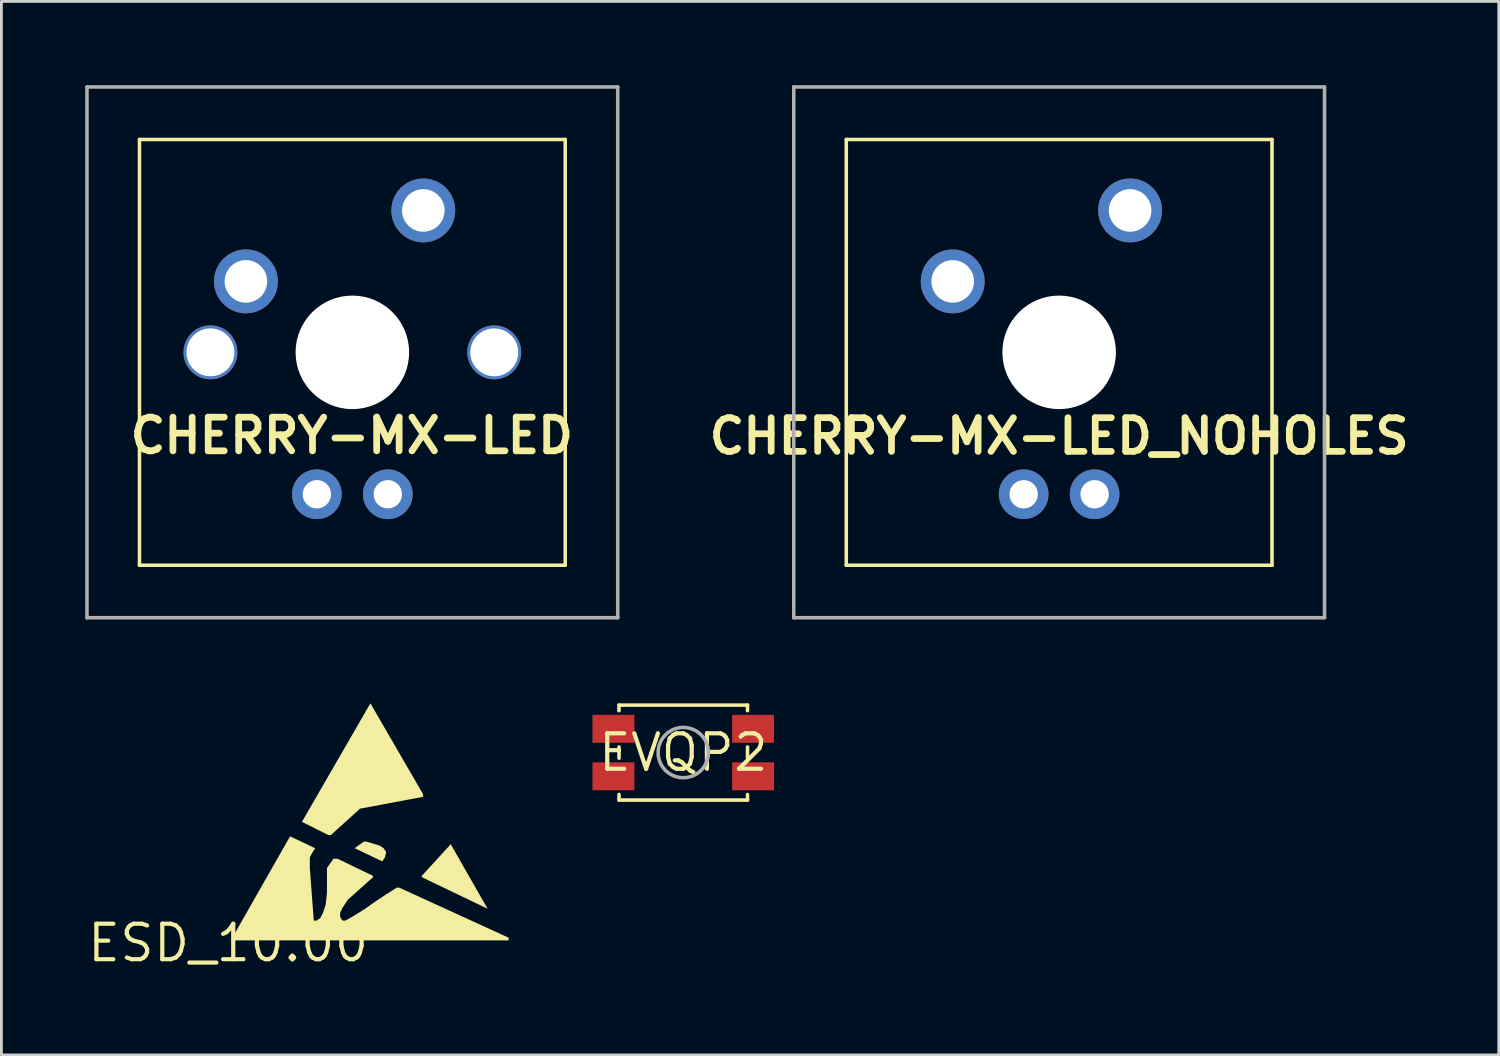
<source format=kicad_pcb>
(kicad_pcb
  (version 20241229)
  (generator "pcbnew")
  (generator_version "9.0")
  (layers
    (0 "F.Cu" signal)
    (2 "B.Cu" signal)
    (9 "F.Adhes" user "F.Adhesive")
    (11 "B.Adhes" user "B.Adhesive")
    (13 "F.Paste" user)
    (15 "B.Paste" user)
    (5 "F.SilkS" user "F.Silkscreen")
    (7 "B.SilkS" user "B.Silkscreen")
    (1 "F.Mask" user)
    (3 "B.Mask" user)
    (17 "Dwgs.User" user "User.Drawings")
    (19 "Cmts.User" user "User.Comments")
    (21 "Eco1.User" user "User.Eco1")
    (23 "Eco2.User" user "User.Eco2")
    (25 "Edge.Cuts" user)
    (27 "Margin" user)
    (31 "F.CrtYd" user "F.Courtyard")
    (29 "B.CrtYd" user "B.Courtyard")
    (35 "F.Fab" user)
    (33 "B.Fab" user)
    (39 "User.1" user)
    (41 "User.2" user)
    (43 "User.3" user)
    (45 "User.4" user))
  (footprint "ESD_10.00"
    (layer "F.Cu")
    (at 5.118 30.707)
    (property "Reference" "ESD_10.00" (at 0 0 0) (layer "F.SilkS") (effects (font (size 1.27 1.27) (thickness 0.15))))
    (attr through_hole)
    (fp_poly (pts (xy 9.287 -1.226) (xy 6.93 -2.357) (xy 6.93 -2.404) (xy 7.967 -3.536)) (stroke (width 0) (type solid)) (fill yes) (layer "F.SilkS"))
    (fp_poly (pts (xy 2.64 -4.337) (xy 5.091 -8.58) (xy 6.977 -5.327) (xy 6.977 -5.233) (xy 4.714 -4.808) (xy 4.667 -4.761) (xy 3.677 -3.866) (xy 3.583 -3.866)) (stroke (width 0) (type solid)) (fill yes) (layer "F.SilkS"))
    (fp_poly (pts (xy 4.526 -3.394) (xy 4.856 -3.63) (xy 4.95 -3.63) (xy 5.421 -3.489) (xy 5.563 -3.394) (xy 5.657 -3.253) (xy 5.61 -3.064) (xy 5.516 -2.923)) (stroke (width 0) (type solid)) (fill yes) (layer "F.SilkS"))
    (fp_poly (pts (xy 0.094 -0.094) (xy 2.216 -3.818) (xy 3.111 -3.394) (xy 2.97 -3.159) (xy 2.923 -3.064) (xy 2.923 -2.687) (xy 3.064 -0.801) (xy 3.159 -0.801) (xy 3.3 -0.896) (xy 3.394 -1.084) (xy 3.489 -1.367) (xy 3.536 -1.791) (xy 3.536 -2.687) (xy 3.771 -3.017) (xy 3.913 -3.017) (xy 5.186 -2.404) (xy 5.186 -2.357) (xy 4.29 -1.556) (xy 4.101 -1.273) (xy 4.007 -1.084) (xy 4.007 -0.943) (xy 4.054 -0.849) (xy 4.101 -0.801) (xy 4.196 -0.801) (xy 4.526 -0.99) (xy 4.903 -1.226) (xy 5.233 -1.461) (xy 5.657 -1.744) (xy 6.034 -1.98) (xy 6.128 -1.98) (xy 10.041 -0.189) (xy 10.041 -0.094)) (stroke (width 0) (type solid)) (fill yes) (layer "F.SilkS")))
  (footprint "CHERRY-MX-LED"
    (layer "F.Cu")
    (at 9.563 9.563)
    (property "Reference" "CHERRY-MX-LED" (at -0.02 2.98 0) (layer "F.SilkS") (effects (font (size 1.206 1.206) (thickness 0.241))))
    (attr through_hole)
    (fp_line (start -7.62 -7.62) (end 7.62 -7.62) (stroke (width 0.127) (type solid)) (layer "F.SilkS"))
    (fp_line (start -7.62 7.62) (end -7.62 -7.62) (stroke (width 0.127) (type solid)) (layer "F.SilkS"))
    (fp_line (start 7.62 -7.62) (end 7.62 7.62) (stroke (width 0.127) (type solid)) (layer "F.SilkS"))
    (fp_line (start 7.62 7.62) (end -7.62 7.62) (stroke (width 0.127) (type solid)) (layer "F.SilkS"))
    (fp_line (start -9.5 -9.5) (end 9.5 -9.5) (stroke (width 0.127) (type solid)) (layer "F.Fab"))
    (fp_line (start -9.5 9.5) (end -9.5 -9.5) (stroke (width 0.127) (type solid)) (layer "F.Fab"))
    (fp_line (start 9.5 -9.5) (end 9.5 9.5) (stroke (width 0.127) (type solid)) (layer "F.Fab"))
    (fp_line (start 9.5 9.5) (end -9.5 9.5) (stroke (width 0.127) (type solid)) (layer "F.Fab"))
    (pad "" np_thru_hole circle (at 0 0) (size 4.064 4.064) (drill 4.064) (layers "*.Cu" "*.Mask"))
    (pad "LED+" thru_hole circle (at -1.27 5.08) (size 1.778 1.778) (drill 1.016) (layers "*.Cu" "*.Mask"))
    (pad "LED-" thru_hole circle (at 1.27 5.08) (size 1.778 1.778) (drill 1.016) (layers "*.Cu" "*.Mask"))
    (pad "P$3" thru_hole circle (at -5.08 0) (size 1.93 1.93) (drill 1.714) (layers "*.Cu" "*.Mask"))
    (pad "P$4" thru_hole circle (at 5.08 0) (size 1.93 1.93) (drill 1.714) (layers "*.Cu" "*.Mask"))
    (pad "SW1" thru_hole circle (at -3.81 -2.54) (size 2.286 2.286) (drill 1.524) (layers "*.Cu" "*.Mask"))
    (pad "SW2" thru_hole circle (at 2.54 -5.08) (size 2.286 2.286) (drill 1.524) (layers "*.Cu" "*.Mask")))
  (footprint "CHERRY-MX-LED_NOHOLES"
    (layer "F.Cu")
    (at 34.864 9.563)
    (property "Reference" "CHERRY-MX-LED_NOHOLES" (at 0 3 0) (layer "F.SilkS") (effects (font (size 1.206 1.206) (thickness 0.241))))
    (attr through_hole)
    (fp_line (start -7.62 -7.62) (end 7.62 -7.62) (stroke (width 0.127) (type solid)) (layer "F.SilkS"))
    (fp_line (start -7.62 7.62) (end -7.62 -7.62) (stroke (width 0.127) (type solid)) (layer "F.SilkS"))
    (fp_line (start 7.62 -7.62) (end 7.62 7.62) (stroke (width 0.127) (type solid)) (layer "F.SilkS"))
    (fp_line (start 7.62 7.62) (end -7.62 7.62) (stroke (width 0.127) (type solid)) (layer "F.SilkS"))
    (fp_line (start -9.5 -9.5) (end 9.5 -9.5) (stroke (width 0.127) (type solid)) (layer "F.Fab"))
    (fp_line (start -9.5 9.5) (end -9.5 -9.5) (stroke (width 0.127) (type solid)) (layer "F.Fab"))
    (fp_line (start 9.5 -9.5) (end 9.5 9.5) (stroke (width 0.127) (type solid)) (layer "F.Fab"))
    (fp_line (start 9.5 9.5) (end -9.5 9.5) (stroke (width 0.127) (type solid)) (layer "F.Fab"))
    (pad "" np_thru_hole circle (at 0 0) (size 4.064 4.064) (drill 4.064) (layers "*.Cu" "*.Mask"))
    (pad "LED+" thru_hole circle (at -1.27 5.08) (size 1.778 1.778) (drill 1.016) (layers "*.Cu" "*.Mask"))
    (pad "LED-" thru_hole circle (at 1.27 5.08) (size 1.778 1.778) (drill 1.016) (layers "*.Cu" "*.Mask"))
    (pad "SW1" thru_hole circle (at -3.81 -2.54) (size 2.286 2.286) (drill 1.524) (layers "*.Cu" "*.Mask"))
    (pad "SW2" thru_hole circle (at 2.54 -5.08) (size 2.286 2.286) (drill 1.524) (layers "*.Cu" "*.Mask")))
  (footprint "EVQP2"
    (layer "F.Cu")
    (at 21.409 23.89)
    (property "Reference" "EVQP2" (at 0 0 0) (layer "F.SilkS") (effects (font (size 1.27 1.27) (thickness 0.15))))
    (attr through_hole)
    (fp_line (start -2.3 -1.7) (end 2.3 -1.7) (stroke (width 0.127) (type solid)) (layer "F.SilkS"))
    (fp_line (start -2.3 -1.5) (end -2.3 -1.7) (stroke (width 0.127) (type solid)) (layer "F.SilkS"))
    (fp_line (start -2.3 0.2) (end -2.3 -0.2) (stroke (width 0.127) (type solid)) (layer "F.SilkS"))
    (fp_line (start -2.3 1.7) (end -2.3 1.5) (stroke (width 0.127) (type solid)) (layer "F.SilkS"))
    (fp_line (start 2.3 -1.7) (end 2.3 -1.5) (stroke (width 0.127) (type solid)) (layer "F.SilkS"))
    (fp_line (start 2.3 -0.2) (end 2.3 0.2) (stroke (width 0.127) (type solid)) (layer "F.SilkS"))
    (fp_line (start 2.3 1.5) (end 2.3 1.7) (stroke (width 0.127) (type solid)) (layer "F.SilkS"))
    (fp_line (start 2.3 1.7) (end -2.3 1.7) (stroke (width 0.127) (type solid)) (layer "F.SilkS"))
    (fp_circle (center 0 0) (end 0.9 0) (stroke (width 0.127) (type solid)) (fill no) (layer "F.Fab"))
    (pad "1" smd rect (at -2.5 0.85) (size 1.5 1) (layers "F.Cu" "F.Mask" "F.Paste"))
    (pad "2" smd rect (at -2.5 -0.85) (size 1.5 1) (layers "F.Cu" "F.Mask" "F.Paste"))
    (pad "3" smd rect (at 2.5 0.85) (size 1.5 1) (layers "F.Cu" "F.Mask" "F.Paste"))
    (pad "4" smd rect (at 2.5 -0.85) (size 1.5 1) (layers "F.Cu" "F.Mask" "F.Paste")))
  (gr_rect
    (start -3 -3)
    (end 50.601 34.713)
    (stroke (width 0.1) (type default))
    (fill no)
    (layer "Edge.Cuts")))
</source>
